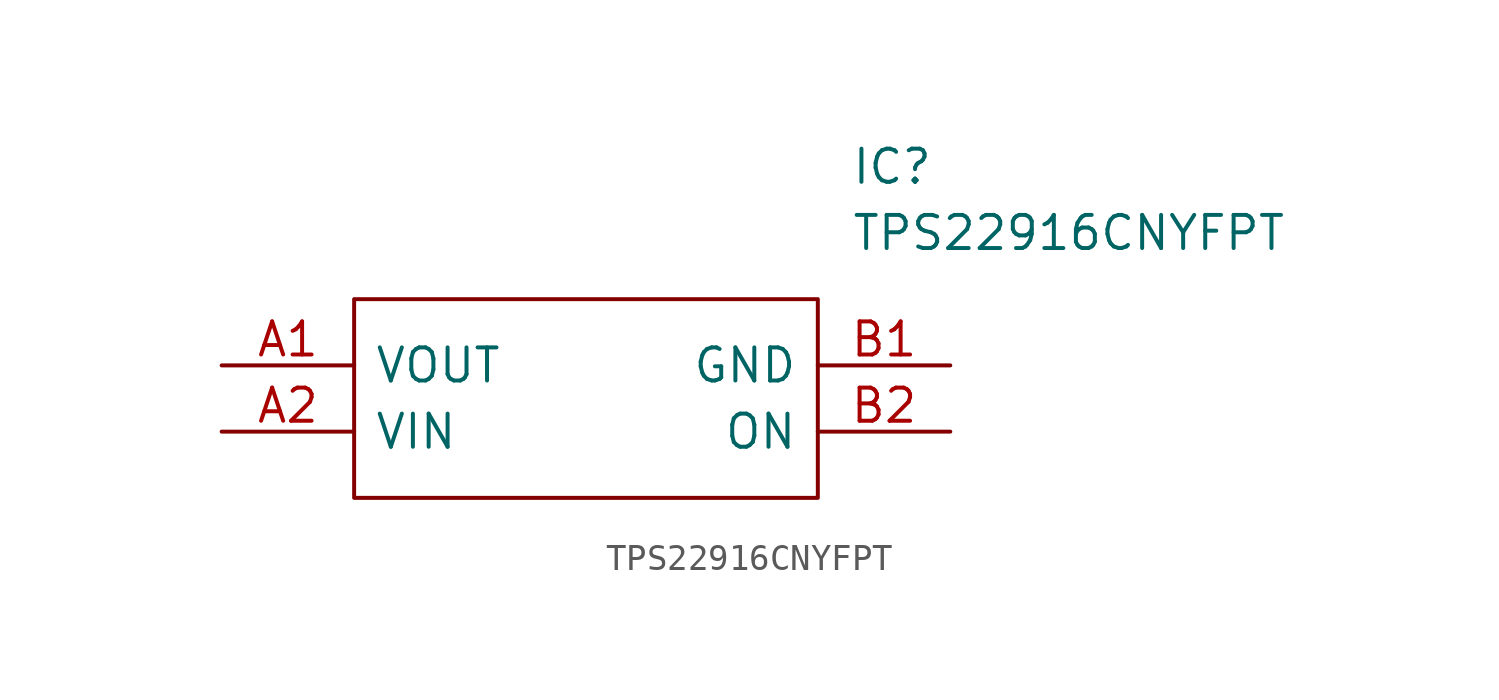
<source format=kicad_sym>
(kicad_symbol_lib
  (version 20211014)
  (generator kicad_symbol_editor)
  (symbol "TPS22916CNYFPT"
    (pin_names
      (offset 0.762))
    (property "Reference" "IC"
      (at 24.13 7.62 0)
      (effects (font (size 1.27 1.27)) (justify left)))
    (property "Value" "TPS22916CNYFPT"
      (at 24.13 5.08 0)
      (effects (font (size 1.27 1.27)) (justify left)))
    (symbol "TPS22916CNYFPT_0_0"
      (pin passive line (at 0 0 0) (length 5.08) (name "VOUT" (effects (font (size 1.27 1.27)))) (number "A1" (effects (font (size 1.27 1.27)))))
      (pin passive line (at 0 -2.54 0) (length 5.08) (name "VIN" (effects (font (size 1.27 1.27)))) (number "A2" (effects (font (size 1.27 1.27)))))
      (pin passive line (at 27.94 0 180) (length 5.08) (name "GND" (effects (font (size 1.27 1.27)))) (number "B1" (effects (font (size 1.27 1.27)))))
      (pin passive line (at 27.94 -2.54 180) (length 5.08) (name "ON" (effects (font (size 1.27 1.27)))) (number "B2" (effects (font (size 1.27 1.27))))))
    (symbol "TPS22916CNYFPT_0_1"
      (polyline (pts (xy 5.08 2.54) (xy 22.86 2.54) (xy 22.86 -5.08) (xy 5.08 -5.08) (xy 5.08 2.54)) (stroke (width 0.152) (type default) (color 0 0 0 0)) (fill (type none))))))
</source>
